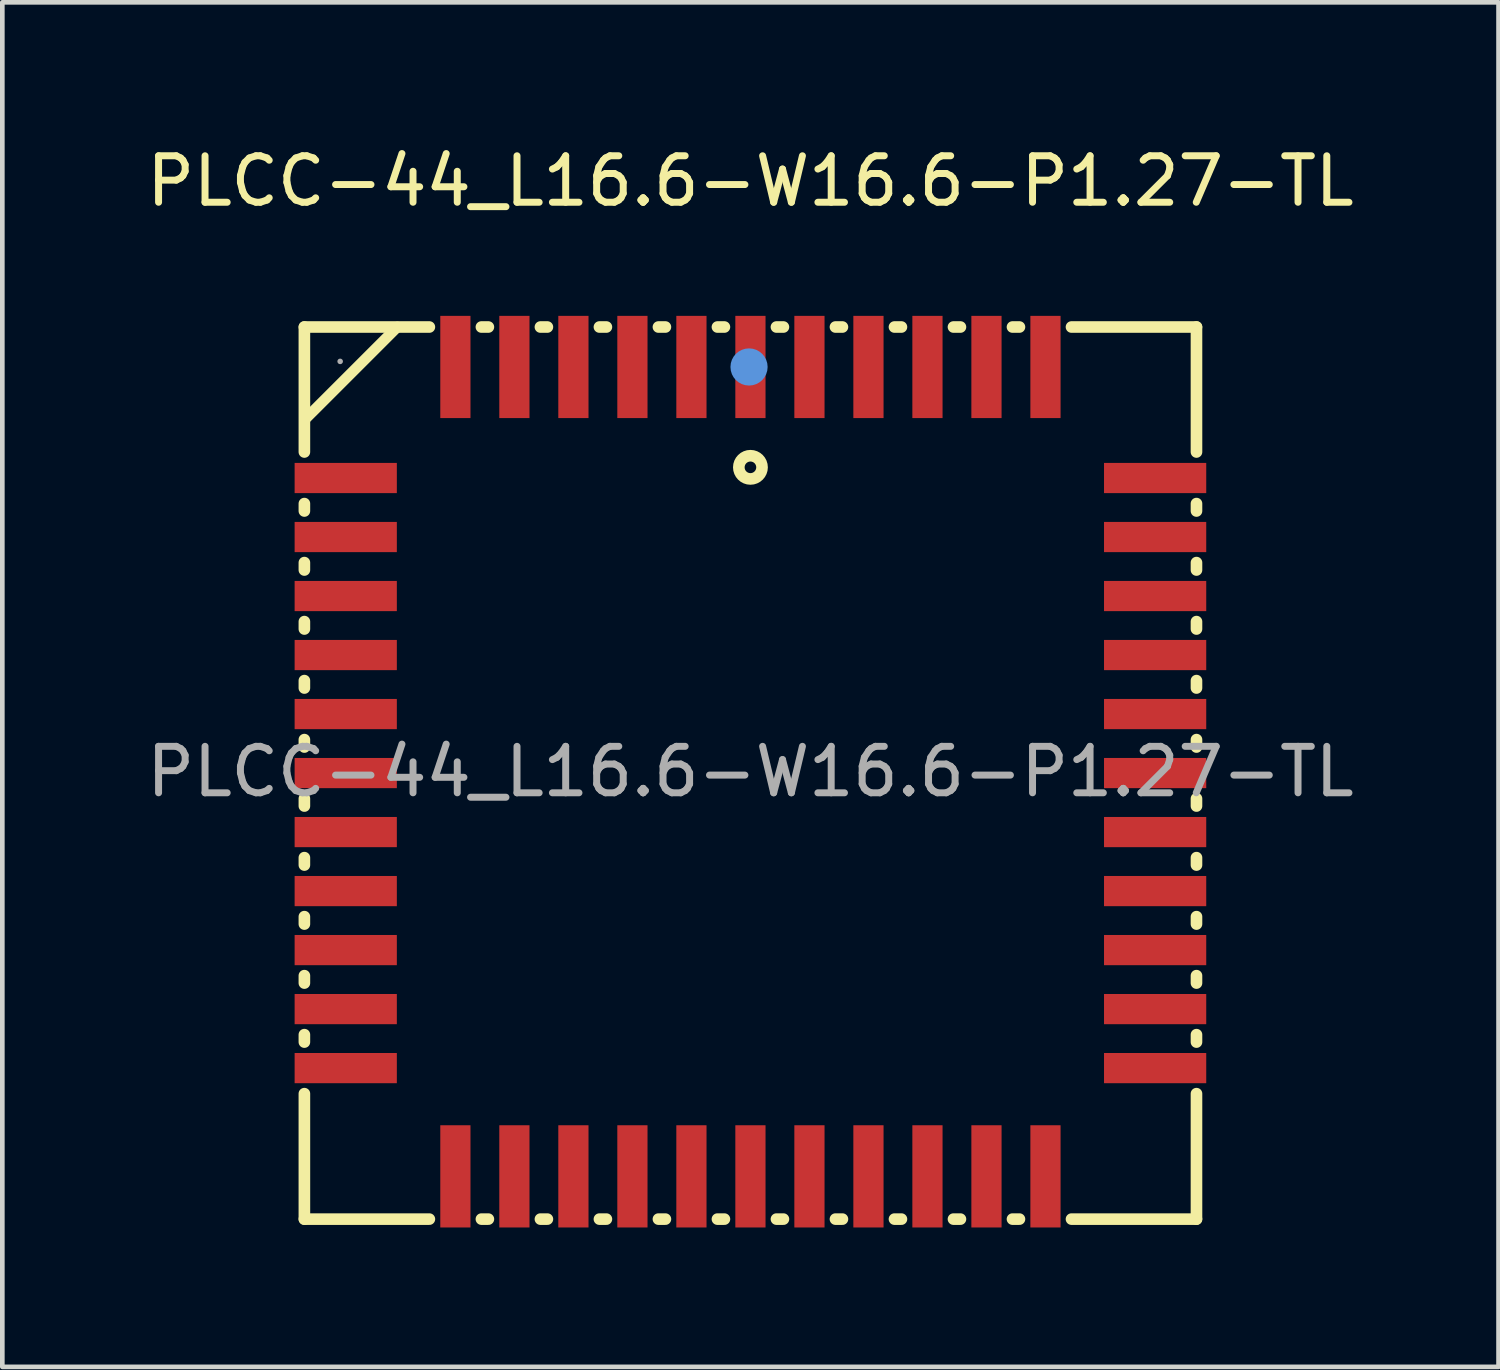
<source format=kicad_pcb>
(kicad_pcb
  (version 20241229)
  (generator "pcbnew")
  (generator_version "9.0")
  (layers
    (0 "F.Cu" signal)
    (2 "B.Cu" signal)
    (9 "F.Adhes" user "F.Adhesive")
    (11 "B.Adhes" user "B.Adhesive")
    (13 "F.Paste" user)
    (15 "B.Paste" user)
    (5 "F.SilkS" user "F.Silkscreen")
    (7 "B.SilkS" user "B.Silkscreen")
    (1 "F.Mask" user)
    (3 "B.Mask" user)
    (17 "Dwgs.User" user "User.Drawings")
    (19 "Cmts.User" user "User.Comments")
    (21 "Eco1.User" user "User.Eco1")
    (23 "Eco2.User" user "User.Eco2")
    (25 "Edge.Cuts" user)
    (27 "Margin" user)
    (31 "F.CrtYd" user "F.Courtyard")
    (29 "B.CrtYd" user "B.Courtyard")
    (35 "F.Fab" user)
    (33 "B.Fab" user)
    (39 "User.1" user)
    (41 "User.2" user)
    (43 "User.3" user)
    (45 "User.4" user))
  (footprint "PLCC-44_L16.6-W16.6-P1.27-TL"
    (layer "F.Cu")
    (at 13.101 13.558)
    (property "Reference" "PLCC-44_L16.6-W16.6-P1.27-TL" (at 0 -12.71 0) (layer "F.SilkS") (effects (font (size 1 1) (thickness 0.15))))
    (attr through_hole)
    (fp_line (start -9.6 -9.57) (end -6.91 -9.57) (stroke (width 0.25) (type solid)) (layer "F.SilkS"))
    (fp_line (start -9.6 -6.88) (end -9.6 -9.57) (stroke (width 0.25) (type solid)) (layer "F.SilkS"))
    (fp_line (start -9.6 -5.61) (end -9.6 -5.77) (stroke (width 0.25) (type solid)) (layer "F.SilkS"))
    (fp_line (start -9.6 -4.34) (end -9.6 -4.5) (stroke (width 0.25) (type solid)) (layer "F.SilkS"))
    (fp_line (start -9.6 -3.07) (end -9.6 -3.23) (stroke (width 0.25) (type solid)) (layer "F.SilkS"))
    (fp_line (start -9.6 -1.8) (end -9.6 -1.96) (stroke (width 0.25) (type solid)) (layer "F.SilkS"))
    (fp_line (start -9.6 -0.53) (end -9.6 -0.69) (stroke (width 0.25) (type solid)) (layer "F.SilkS"))
    (fp_line (start -9.6 0.74) (end -9.6 0.58) (stroke (width 0.25) (type solid)) (layer "F.SilkS"))
    (fp_line (start -9.6 2.01) (end -9.6 1.85) (stroke (width 0.25) (type solid)) (layer "F.SilkS"))
    (fp_line (start -9.6 3.28) (end -9.6 3.12) (stroke (width 0.25) (type solid)) (layer "F.SilkS"))
    (fp_line (start -9.6 4.55) (end -9.6 4.39) (stroke (width 0.25) (type solid)) (layer "F.SilkS"))
    (fp_line (start -9.6 5.82) (end -9.6 5.66) (stroke (width 0.25) (type solid)) (layer "F.SilkS"))
    (fp_line (start -9.6 9.63) (end -9.6 6.93) (stroke (width 0.25) (type solid)) (layer "F.SilkS"))
    (fp_line (start -7.6 -9.57) (end -9.6 -7.57) (stroke (width 0.23) (type solid)) (layer "F.SilkS"))
    (fp_line (start -6.91 9.63) (end -9.6 9.63) (stroke (width 0.25) (type solid)) (layer "F.SilkS"))
    (fp_line (start -5.79 -9.57) (end -5.64 -9.57) (stroke (width 0.25) (type solid)) (layer "F.SilkS"))
    (fp_line (start -5.64 9.63) (end -5.79 9.63) (stroke (width 0.25) (type solid)) (layer "F.SilkS"))
    (fp_line (start -4.52 -9.57) (end -4.37 -9.57) (stroke (width 0.25) (type solid)) (layer "F.SilkS"))
    (fp_line (start -4.37 9.63) (end -4.52 9.63) (stroke (width 0.25) (type solid)) (layer "F.SilkS"))
    (fp_line (start -3.25 -9.57) (end -3.1 -9.57) (stroke (width 0.25) (type solid)) (layer "F.SilkS"))
    (fp_line (start -3.1 9.63) (end -3.25 9.63) (stroke (width 0.25) (type solid)) (layer "F.SilkS"))
    (fp_line (start -1.98 -9.57) (end -1.83 -9.57) (stroke (width 0.25) (type solid)) (layer "F.SilkS"))
    (fp_line (start -1.83 9.63) (end -1.98 9.63) (stroke (width 0.25) (type solid)) (layer "F.SilkS"))
    (fp_line (start -0.71 -9.57) (end -0.56 -9.57) (stroke (width 0.25) (type solid)) (layer "F.SilkS"))
    (fp_line (start -0.56 9.63) (end -0.71 9.63) (stroke (width 0.25) (type solid)) (layer "F.SilkS"))
    (fp_line (start 0.56 -9.57) (end 0.71 -9.57) (stroke (width 0.25) (type solid)) (layer "F.SilkS"))
    (fp_line (start 0.71 9.63) (end 0.56 9.63) (stroke (width 0.25) (type solid)) (layer "F.SilkS"))
    (fp_line (start 1.83 -9.57) (end 1.98 -9.57) (stroke (width 0.25) (type solid)) (layer "F.SilkS"))
    (fp_line (start 1.98 9.63) (end 1.83 9.63) (stroke (width 0.25) (type solid)) (layer "F.SilkS"))
    (fp_line (start 3.1 -9.57) (end 3.25 -9.57) (stroke (width 0.25) (type solid)) (layer "F.SilkS"))
    (fp_line (start 3.25 9.63) (end 3.1 9.63) (stroke (width 0.25) (type solid)) (layer "F.SilkS"))
    (fp_line (start 4.37 -9.57) (end 4.52 -9.57) (stroke (width 0.25) (type solid)) (layer "F.SilkS"))
    (fp_line (start 4.52 9.63) (end 4.37 9.63) (stroke (width 0.25) (type solid)) (layer "F.SilkS"))
    (fp_line (start 5.64 -9.57) (end 5.79 -9.57) (stroke (width 0.25) (type solid)) (layer "F.SilkS"))
    (fp_line (start 5.79 9.63) (end 5.64 9.63) (stroke (width 0.25) (type solid)) (layer "F.SilkS"))
    (fp_line (start 6.91 -9.57) (end 9.6 -9.57) (stroke (width 0.25) (type solid)) (layer "F.SilkS"))
    (fp_line (start 9.6 -6.88) (end 9.6 -9.57) (stroke (width 0.25) (type solid)) (layer "F.SilkS"))
    (fp_line (start 9.6 -5.61) (end 9.6 -5.77) (stroke (width 0.25) (type solid)) (layer "F.SilkS"))
    (fp_line (start 9.6 -4.34) (end 9.6 -4.5) (stroke (width 0.25) (type solid)) (layer "F.SilkS"))
    (fp_line (start 9.6 -3.07) (end 9.6 -3.23) (stroke (width 0.25) (type solid)) (layer "F.SilkS"))
    (fp_line (start 9.6 -1.8) (end 9.6 -1.96) (stroke (width 0.25) (type solid)) (layer "F.SilkS"))
    (fp_line (start 9.6 -0.53) (end 9.6 -0.69) (stroke (width 0.25) (type solid)) (layer "F.SilkS"))
    (fp_line (start 9.6 0.74) (end 9.6 0.58) (stroke (width 0.25) (type solid)) (layer "F.SilkS"))
    (fp_line (start 9.6 2.01) (end 9.6 1.85) (stroke (width 0.25) (type solid)) (layer "F.SilkS"))
    (fp_line (start 9.6 3.28) (end 9.6 3.12) (stroke (width 0.25) (type solid)) (layer "F.SilkS"))
    (fp_line (start 9.6 4.55) (end 9.6 4.39) (stroke (width 0.25) (type solid)) (layer "F.SilkS"))
    (fp_line (start 9.6 5.82) (end 9.6 5.66) (stroke (width 0.25) (type solid)) (layer "F.SilkS"))
    (fp_line (start 9.6 9.63) (end 6.91 9.63) (stroke (width 0.25) (type solid)) (layer "F.SilkS"))
    (fp_line (start 9.6 9.63) (end 9.6 6.93) (stroke (width 0.25) (type solid)) (layer "F.SilkS"))
    (fp_line (start 9.6 9.63) (end 9.6 8.38) (stroke (width 0.23) (type solid)) (layer "F.SilkS"))
    (fp_circle (center 0 -6.55) (end 0.25 -6.55) (stroke (width 0.25) (type solid)) (fill no) (layer "F.SilkS"))
    (fp_circle (center -0.03 -8.71) (end 0.17 -8.71) (stroke (width 0.4) (type solid)) (fill no) (layer "Cmts.User"))
    (fp_circle (center -8.83 -8.83) (end -8.8 -8.83) (stroke (width 0.06) (type solid)) (fill no) (layer "F.Fab"))
    (fp_text user "${REFERENCE}" (at 0 0 0) (layer "F.Fab") (effects (font (size 1 1) (thickness 0.15))))
    (pad "1" smd rect (at 0 -8.71 180) (size 0.65 2.2) (layers "F.Cu" "F.Mask" "F.Paste"))
    (pad "2" smd rect (at -1.27 -8.71 180) (size 0.65 2.2) (layers "F.Cu" "F.Mask" "F.Paste"))
    (pad "3" smd rect (at -2.54 -8.71 180) (size 0.65 2.2) (layers "F.Cu" "F.Mask" "F.Paste"))
    (pad "4" smd rect (at -3.81 -8.71 180) (size 0.65 2.2) (layers "F.Cu" "F.Mask" "F.Paste"))
    (pad "5" smd rect (at -5.08 -8.71 180) (size 0.65 2.2) (layers "F.Cu" "F.Mask" "F.Paste"))
    (pad "6" smd rect (at -6.35 -8.71 180) (size 0.65 2.2) (layers "F.Cu" "F.Mask" "F.Paste"))
    (pad "7" smd rect (at -8.71 -6.32 180) (size 2.2 0.65) (layers "F.Cu" "F.Mask" "F.Paste"))
    (pad "8" smd rect (at -8.71 -5.05 180) (size 2.2 0.65) (layers "F.Cu" "F.Mask" "F.Paste"))
    (pad "9" smd rect (at -8.71 -3.78 180) (size 2.2 0.65) (layers "F.Cu" "F.Mask" "F.Paste"))
    (pad "10" smd rect (at -8.71 -2.51 180) (size 2.2 0.65) (layers "F.Cu" "F.Mask" "F.Paste"))
    (pad "11" smd rect (at -8.71 -1.24 180) (size 2.2 0.65) (layers "F.Cu" "F.Mask" "F.Paste"))
    (pad "12" smd rect (at -8.71 0.03 180) (size 2.2 0.65) (layers "F.Cu" "F.Mask" "F.Paste"))
    (pad "13" smd rect (at -8.71 1.3 180) (size 2.2 0.65) (layers "F.Cu" "F.Mask" "F.Paste"))
    (pad "14" smd rect (at -8.71 2.57 180) (size 2.2 0.65) (layers "F.Cu" "F.Mask" "F.Paste"))
    (pad "15" smd rect (at -8.71 3.84 180) (size 2.2 0.65) (layers "F.Cu" "F.Mask" "F.Paste"))
    (pad "16" smd rect (at -8.71 5.11 180) (size 2.2 0.65) (layers "F.Cu" "F.Mask" "F.Paste"))
    (pad "17" smd rect (at -8.71 6.38 180) (size 2.2 0.65) (layers "F.Cu" "F.Mask" "F.Paste"))
    (pad "18" smd rect (at -6.35 8.71 180) (size 0.65 2.2) (layers "F.Cu" "F.Mask" "F.Paste"))
    (pad "19" smd rect (at -5.08 8.71 180) (size 0.65 2.2) (layers "F.Cu" "F.Mask" "F.Paste"))
    (pad "20" smd rect (at -3.81 8.71 180) (size 0.65 2.2) (layers "F.Cu" "F.Mask" "F.Paste"))
    (pad "21" smd rect (at -2.54 8.71 180) (size 0.65 2.2) (layers "F.Cu" "F.Mask" "F.Paste"))
    (pad "22" smd rect (at -1.27 8.71 180) (size 0.65 2.2) (layers "F.Cu" "F.Mask" "F.Paste"))
    (pad "23" smd rect (at 0 8.71 180) (size 0.65 2.2) (layers "F.Cu" "F.Mask" "F.Paste"))
    (pad "24" smd rect (at 1.27 8.71 180) (size 0.65 2.2) (layers "F.Cu" "F.Mask" "F.Paste"))
    (pad "25" smd rect (at 2.54 8.71 180) (size 0.65 2.2) (layers "F.Cu" "F.Mask" "F.Paste"))
    (pad "26" smd rect (at 3.81 8.71 180) (size 0.65 2.2) (layers "F.Cu" "F.Mask" "F.Paste"))
    (pad "27" smd rect (at 5.08 8.71 180) (size 0.65 2.2) (layers "F.Cu" "F.Mask" "F.Paste"))
    (pad "28" smd rect (at 6.35 8.71 180) (size 0.65 2.2) (layers "F.Cu" "F.Mask" "F.Paste"))
    (pad "29" smd rect (at 8.71 6.38 180) (size 2.2 0.65) (layers "F.Cu" "F.Mask" "F.Paste"))
    (pad "30" smd rect (at 8.71 5.11 180) (size 2.2 0.65) (layers "F.Cu" "F.Mask" "F.Paste"))
    (pad "31" smd rect (at 8.71 3.84 180) (size 2.2 0.65) (layers "F.Cu" "F.Mask" "F.Paste"))
    (pad "32" smd rect (at 8.71 2.57 180) (size 2.2 0.65) (layers "F.Cu" "F.Mask" "F.Paste"))
    (pad "33" smd rect (at 8.71 1.3 180) (size 2.2 0.65) (layers "F.Cu" "F.Mask" "F.Paste"))
    (pad "34" smd rect (at 8.71 0.03 180) (size 2.2 0.65) (layers "F.Cu" "F.Mask" "F.Paste"))
    (pad "35" smd rect (at 8.71 -1.24 180) (size 2.2 0.65) (layers "F.Cu" "F.Mask" "F.Paste"))
    (pad "36" smd rect (at 8.71 -2.51 180) (size 2.2 0.65) (layers "F.Cu" "F.Mask" "F.Paste"))
    (pad "37" smd rect (at 8.71 -3.78 180) (size 2.2 0.65) (layers "F.Cu" "F.Mask" "F.Paste"))
    (pad "38" smd rect (at 8.71 -5.05 180) (size 2.2 0.65) (layers "F.Cu" "F.Mask" "F.Paste"))
    (pad "39" smd rect (at 8.71 -6.32 180) (size 2.2 0.65) (layers "F.Cu" "F.Mask" "F.Paste"))
    (pad "40" smd rect (at 6.35 -8.71 180) (size 0.65 2.2) (layers "F.Cu" "F.Mask" "F.Paste"))
    (pad "41" smd rect (at 5.08 -8.71 180) (size 0.65 2.2) (layers "F.Cu" "F.Mask" "F.Paste"))
    (pad "42" smd rect (at 3.81 -8.71 180) (size 0.65 2.2) (layers "F.Cu" "F.Mask" "F.Paste"))
    (pad "43" smd rect (at 2.54 -8.71 180) (size 0.65 2.2) (layers "F.Cu" "F.Mask" "F.Paste"))
    (pad "44" smd rect (at 1.27 -8.71 180) (size 0.65 2.2) (layers "F.Cu" "F.Mask" "F.Paste")))
  (gr_rect
    (start -3 -3)
    (end 29.202 26.368)
    (stroke (width 0.1) (type default))
    (fill no)
    (layer "Edge.Cuts")))
</source>
